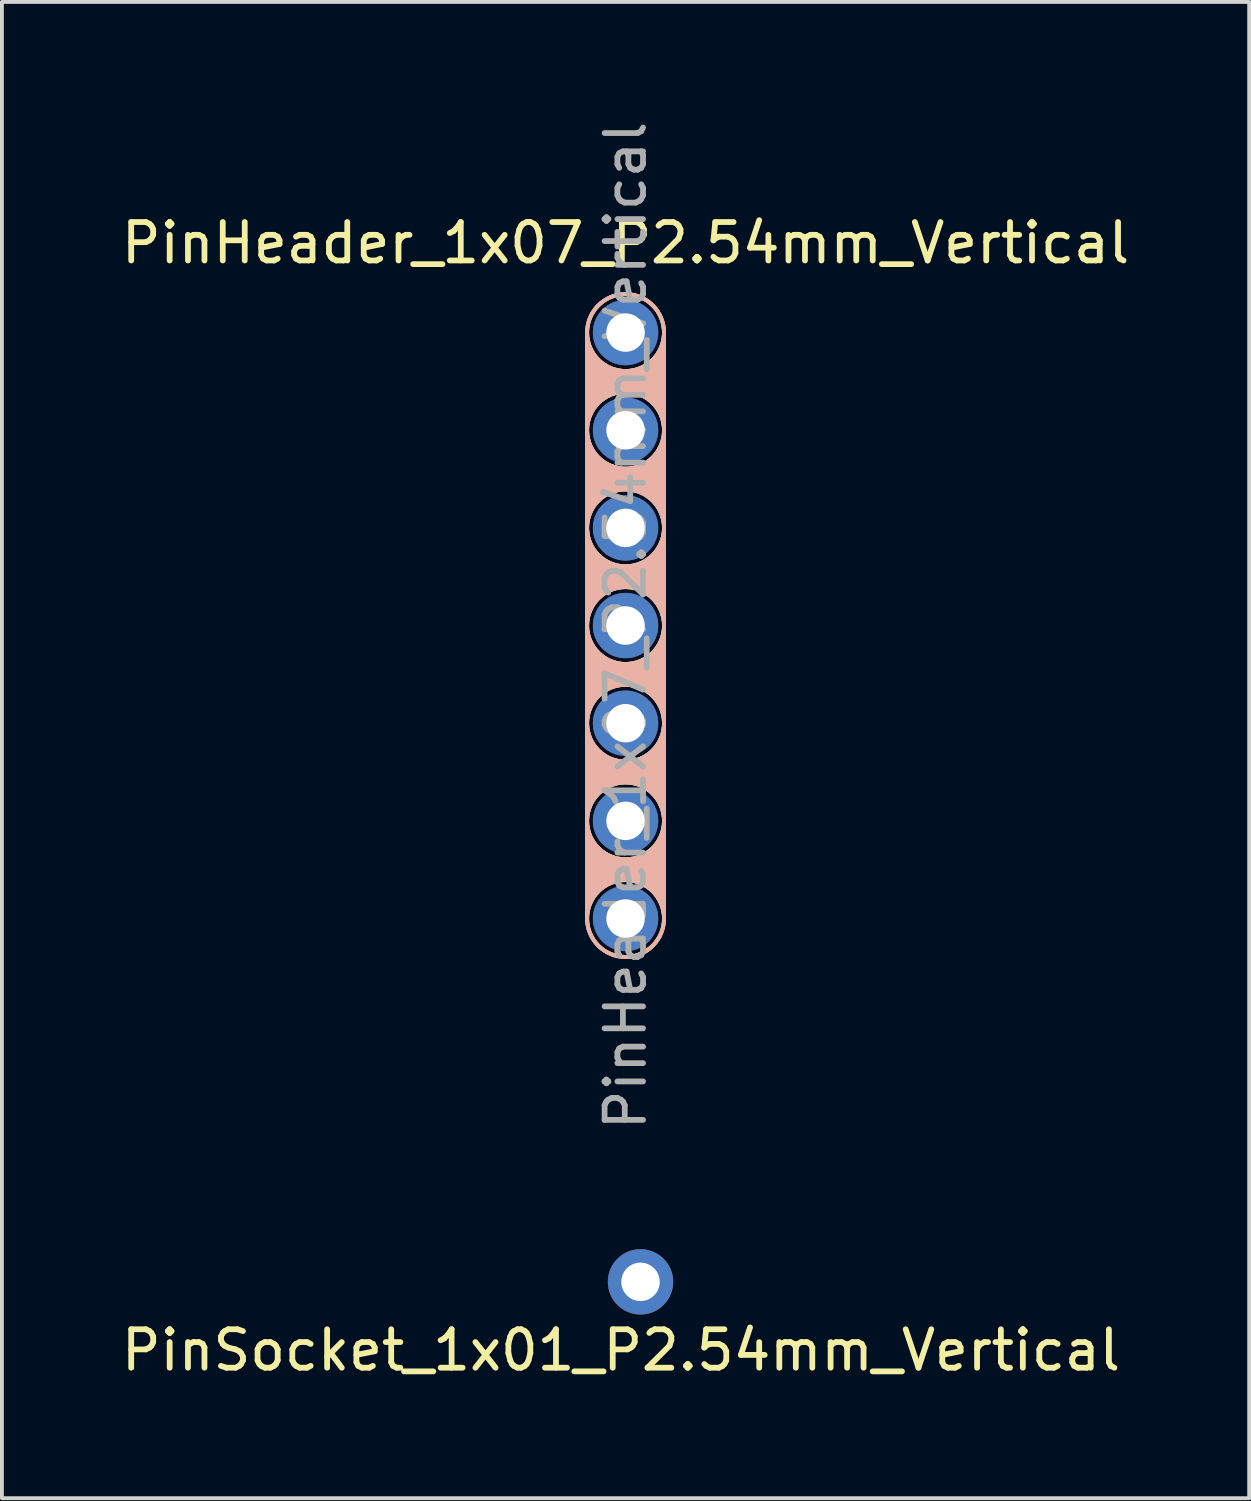
<source format=kicad_pcb>
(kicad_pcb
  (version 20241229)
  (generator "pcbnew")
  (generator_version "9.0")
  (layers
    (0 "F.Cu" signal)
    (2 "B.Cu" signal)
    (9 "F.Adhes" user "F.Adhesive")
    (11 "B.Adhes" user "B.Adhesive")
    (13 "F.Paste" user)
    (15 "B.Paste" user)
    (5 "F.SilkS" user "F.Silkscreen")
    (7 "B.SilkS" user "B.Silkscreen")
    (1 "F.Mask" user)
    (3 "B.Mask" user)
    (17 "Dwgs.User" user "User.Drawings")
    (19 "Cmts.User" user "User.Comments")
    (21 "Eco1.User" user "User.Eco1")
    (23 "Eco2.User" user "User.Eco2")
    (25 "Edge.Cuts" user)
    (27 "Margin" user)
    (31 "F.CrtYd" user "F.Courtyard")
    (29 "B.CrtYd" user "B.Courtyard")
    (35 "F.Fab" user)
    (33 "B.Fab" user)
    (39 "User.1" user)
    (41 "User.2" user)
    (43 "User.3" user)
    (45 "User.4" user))
  (footprint "PinSocket_1x01_P2.54mm_Vertical"
    (layer "F.Cu")
    (at 13.609 30.29)
    (property "Reference" "PinSocket_1x01_P2.54mm_Vertical" (at -0.508 1.778 0) (layer "F.SilkS") (effects (font (size 1 1) (thickness 0.15))))
    (attr through_hole)
    (pad "1" thru_hole circle (at 0 0) (size 1.7 1.7) (drill 1) (layers "*.Cu" "*.Mask")))
  (footprint "PinHeader_1x07_P2.54mm_Vertical"
    (layer "F.Cu")
    (at 13.22 5.6)
    (property "Reference" "PinHeader_1x07_P2.54mm_Vertical" (at 0 -2.33 0) (layer "F.SilkS") (effects (font (size 1 1) (thickness 0.15))))
    (attr through_hole)
    (fp_line (start -1 0) (end -1 15.24) (stroke (width 0.1) (type default)) (layer "F.SilkS"))
    (fp_line (start 1 15.24) (end 1 0) (stroke (width 0.1) (type default)) (layer "F.SilkS"))
    (fp_circle (center 0 0) (end 1 0) (stroke (width 0.1) (type default)) (fill no) (layer "F.SilkS"))
    (fp_circle (center 0 2.54) (end 1 2.54) (stroke (width 0.1) (type default)) (fill no) (layer "F.SilkS"))
    (fp_circle (center 0 5.08) (end 1 5.08) (stroke (width 0.1) (type default)) (fill no) (layer "F.SilkS"))
    (fp_circle (center 0 7.62) (end 1 7.62) (stroke (width 0.1) (type default)) (fill no) (layer "F.SilkS"))
    (fp_circle (center 0 10.16) (end 1 10.16) (stroke (width 0.1) (type default)) (fill no) (layer "F.SilkS"))
    (fp_circle (center 0 12.7) (end 1 12.7) (stroke (width 0.1) (type default)) (fill no) (layer "F.SilkS"))
    (fp_circle (center 0 15.24) (end 1 15.24) (stroke (width 0.1) (type default)) (fill no) (layer "F.SilkS"))
    (fp_poly (pts (arc (start 1 2.54) (mid 0 1.54) (end -1 2.54)) (arc (start -1 0) (mid 0 1) (end 1 0))) (stroke (width 0) (type solid)) (fill yes) (layer "F.SilkS"))
    (fp_poly (pts (arc (start 1 5.08) (mid 0 4.08) (end -1 5.08)) (arc (start -1 2.54) (mid 0 3.54) (end 1 2.54))) (stroke (width 0) (type solid)) (fill yes) (layer "F.SilkS"))
    (fp_poly (pts (arc (start 1 7.62) (mid 0 6.62) (end -1 7.62)) (arc (start -1 5.08) (mid 0 6.08) (end 1 5.08))) (stroke (width 0) (type solid)) (fill yes) (layer "F.SilkS"))
    (fp_poly (pts (arc (start 1 10.16) (mid 0 9.16) (end -1 10.16)) (arc (start -1 7.62) (mid 0 8.62) (end 1 7.62))) (stroke (width 0) (type solid)) (fill yes) (layer "F.SilkS"))
    (fp_poly (pts (arc (start 1 12.7) (mid 0 11.7) (end -1 12.7)) (arc (start -1 10.16) (mid 0 11.16) (end 1 10.16))) (stroke (width 0) (type solid)) (fill yes) (layer "F.SilkS"))
    (fp_poly (pts (arc (start 1 15.24) (mid 0 14.24) (end -1 15.24)) (arc (start -1 12.7) (mid 0 13.7) (end 1 12.7))) (stroke (width 0) (type solid)) (fill yes) (layer "F.SilkS"))
    (fp_line (start -1 0) (end -1 15.24) (stroke (width 0.1) (type default)) (layer "B.SilkS"))
    (fp_line (start -1 0) (end -1 15.24) (stroke (width 0.1) (type default)) (layer "B.SilkS"))
    (fp_line (start 1 15.24) (end 1 0) (stroke (width 0.1) (type default)) (layer "B.SilkS"))
    (fp_line (start 1 15.24) (end 1 0) (stroke (width 0.1) (type default)) (layer "B.SilkS"))
    (fp_circle (center 0 0) (end -1 0) (stroke (width 0.1) (type default)) (fill no) (layer "B.SilkS"))
    (fp_circle (center 0 0) (end -1 0) (stroke (width 0.1) (type default)) (fill no) (layer "B.SilkS"))
    (fp_circle (center 0 2.54) (end -1 2.54) (stroke (width 0.1) (type default)) (fill no) (layer "B.SilkS"))
    (fp_circle (center 0 2.54) (end -1 2.54) (stroke (width 0.1) (type default)) (fill no) (layer "B.SilkS"))
    (fp_circle (center 0 5.08) (end -1 5.08) (stroke (width 0.1) (type default)) (fill no) (layer "B.SilkS"))
    (fp_circle (center 0 5.08) (end -1 5.08) (stroke (width 0.1) (type default)) (fill no) (layer "B.SilkS"))
    (fp_circle (center 0 7.62) (end -1 7.62) (stroke (width 0.1) (type default)) (fill no) (layer "B.SilkS"))
    (fp_circle (center 0 7.62) (end -1 7.62) (stroke (width 0.1) (type default)) (fill no) (layer "B.SilkS"))
    (fp_circle (center 0 10.16) (end -1 10.16) (stroke (width 0.1) (type default)) (fill no) (layer "B.SilkS"))
    (fp_circle (center 0 10.16) (end -1 10.16) (stroke (width 0.1) (type default)) (fill no) (layer "B.SilkS"))
    (fp_circle (center 0 12.7) (end -1 12.7) (stroke (width 0.1) (type default)) (fill no) (layer "B.SilkS"))
    (fp_circle (center 0 12.7) (end -1 12.7) (stroke (width 0.1) (type default)) (fill no) (layer "B.SilkS"))
    (fp_circle (center 0 15.24) (end -1 15.24) (stroke (width 0.1) (type default)) (fill no) (layer "B.SilkS"))
    (fp_circle (center 0 15.24) (end -1 15.24) (stroke (width 0.1) (type default)) (fill no) (layer "B.SilkS"))
    (fp_poly (pts (arc (start -1 2.54) (mid 0 1.54) (end 1 2.54)) (arc (start 1 0) (mid 0 1) (end -1 0))) (stroke (width 0) (type solid)) (fill yes) (layer "B.SilkS"))
    (fp_poly (pts (arc (start -1 2.54) (mid 0 1.54) (end 1 2.54)) (arc (start 1 0) (mid 0 1) (end -1 0))) (stroke (width 0) (type solid)) (fill yes) (layer "B.SilkS"))
    (fp_poly (pts (arc (start -1 5.08) (mid 0 4.08) (end 1 5.08)) (arc (start 1 2.54) (mid 0 3.54) (end -1 2.54))) (stroke (width 0) (type solid)) (fill yes) (layer "B.SilkS"))
    (fp_poly (pts (arc (start -1 5.08) (mid 0 4.08) (end 1 5.08)) (arc (start 1 2.54) (mid 0 3.54) (end -1 2.54))) (stroke (width 0) (type solid)) (fill yes) (layer "B.SilkS"))
    (fp_poly (pts (arc (start -1 7.62) (mid 0 6.62) (end 1 7.62)) (arc (start 1 5.08) (mid 0 6.08) (end -1 5.08))) (stroke (width 0) (type solid)) (fill yes) (layer "B.SilkS"))
    (fp_poly (pts (arc (start -1 7.62) (mid 0 6.62) (end 1 7.62)) (arc (start 1 5.08) (mid 0 6.08) (end -1 5.08))) (stroke (width 0) (type solid)) (fill yes) (layer "B.SilkS"))
    (fp_poly (pts (arc (start -1 10.16) (mid 0 9.16) (end 1 10.16)) (arc (start 1 7.62) (mid 0 8.62) (end -1 7.62))) (stroke (width 0) (type solid)) (fill yes) (layer "B.SilkS"))
    (fp_poly (pts (arc (start -1 10.16) (mid 0 9.16) (end 1 10.16)) (arc (start 1 7.62) (mid 0 8.62) (end -1 7.62))) (stroke (width 0) (type solid)) (fill yes) (layer "B.SilkS"))
    (fp_poly (pts (arc (start -1 12.7) (mid 0 11.7) (end 1 12.7)) (arc (start 1 10.16) (mid 0 11.16) (end -1 10.16))) (stroke (width 0) (type solid)) (fill yes) (layer "B.SilkS"))
    (fp_poly (pts (arc (start -1 12.7) (mid 0 11.7) (end 1 12.7)) (arc (start 1 10.16) (mid 0 11.16) (end -1 10.16))) (stroke (width 0) (type solid)) (fill yes) (layer "B.SilkS"))
    (fp_poly (pts (arc (start -1 15.24) (mid 0 14.24) (end 1 15.24)) (arc (start 1 12.7) (mid 0 13.7) (end -1 12.7))) (stroke (width 0) (type solid)) (fill yes) (layer "B.SilkS"))
    (fp_poly (pts (arc (start -1 15.24) (mid 0 14.24) (end 1 15.24)) (arc (start 1 12.7) (mid 0 13.7) (end -1 12.7))) (stroke (width 0) (type solid)) (fill yes) (layer "B.SilkS"))
    (fp_text user "${REFERENCE}" (at 0 7.62 90) (layer "F.Fab") (effects (font (size 1 1) (thickness 0.15))))
    (pad "1" thru_hole circle (at 0 0) (size 1.7 1.7) (drill 1) (layers "*.Cu" "*.Mask"))
    (pad "2" thru_hole oval (at 0 2.54) (size 1.7 1.7) (drill 1) (layers "*.Cu" "*.Mask"))
    (pad "3" thru_hole oval (at 0 5.08) (size 1.7 1.7) (drill 1) (layers "*.Cu" "*.Mask"))
    (pad "4" thru_hole oval (at 0 7.62) (size 1.7 1.7) (drill 1) (layers "*.Cu" "*.Mask"))
    (pad "5" thru_hole oval (at 0 10.16) (size 1.7 1.7) (drill 1) (layers "*.Cu" "*.Mask"))
    (pad "6" thru_hole oval (at 0 12.7) (size 1.7 1.7) (drill 1) (layers "*.Cu" "*.Mask"))
    (pad "7" thru_hole oval (at 0 15.24) (size 1.7 1.7) (drill 1) (layers "*.Cu" "*.Mask")))
  (gr_rect
    (start -3 -3)
    (end 29.44 35.917)
    (stroke (width 0.1) (type default))
    (fill no)
    (layer "Edge.Cuts")))
</source>
